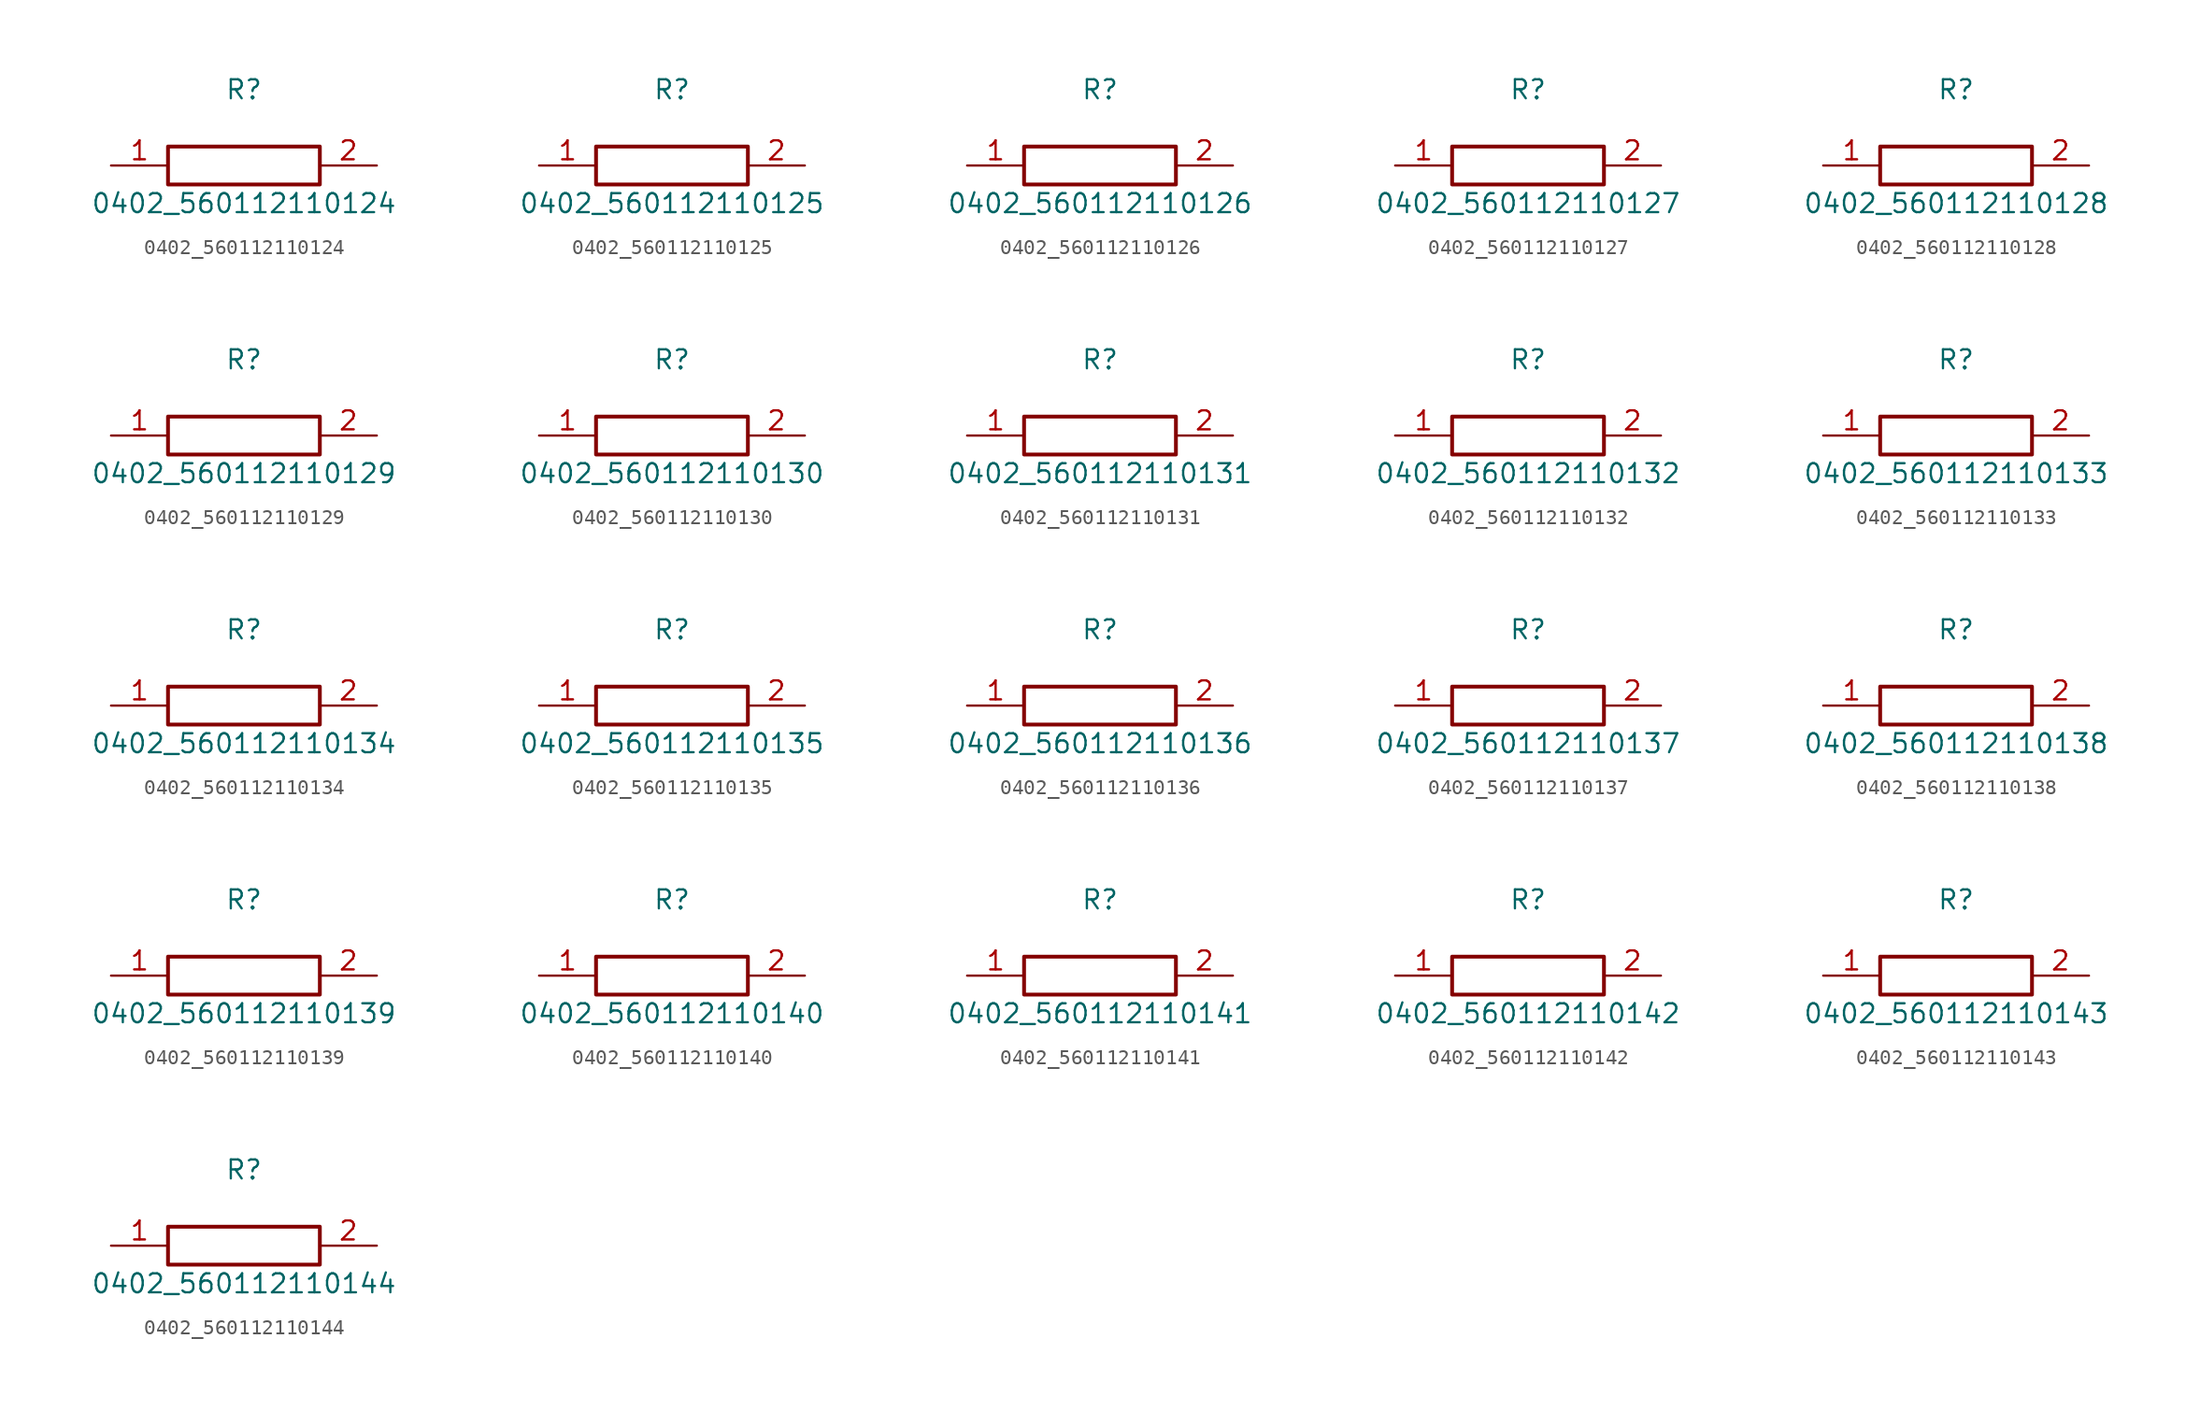
<source format=kicad_sym>
(kicad_symbol_lib
  (version 20211014)
  (generator kicad_symbol_editor)
  (symbol "Resistor_Wurth_WRIS-RSKS:0402_560112110124"
    (pin_names hide)
    (property "Reference" "R"
      (at 0 5.08 0)
      (effects (font (size 1.27 1.27))))
    (property "Value" "0402_560112110124"
      (at 0 -2.54 0)
      (effects (font (size 1.27 1.27))))
    (symbol "0402_560112110124_0_1"
      (rectangle (start -5.08 1.27) (end 5.08 -1.27) (stroke (width 0.254) (type solid)) (fill (type none)))
      (pin passive line (at -8.89 0 0) (length 3.81) (name "1" (effects (font (size 1.27 1.27)))) (number "1" (effects (font (size 1.27 1.27)))))
      (pin passive line (at 8.89 0 180) (length 3.81) (name "2" (effects (font (size 1.27 1.27)))) (number "2" (effects (font (size 1.27 1.27)))))))
  (symbol "Resistor_Wurth_WRIS-RSKS:0402_560112110125"
    (pin_names hide)
    (property "Reference" "R"
      (at 0 5.08 0)
      (effects (font (size 1.27 1.27))))
    (property "Value" "0402_560112110125"
      (at 0 -2.54 0)
      (effects (font (size 1.27 1.27))))
    (symbol "0402_560112110125_0_1"
      (rectangle (start -5.08 1.27) (end 5.08 -1.27) (stroke (width 0.254) (type solid)) (fill (type none)))
      (pin passive line (at -8.89 0 0) (length 3.81) (name "1" (effects (font (size 1.27 1.27)))) (number "1" (effects (font (size 1.27 1.27)))))
      (pin passive line (at 8.89 0 180) (length 3.81) (name "2" (effects (font (size 1.27 1.27)))) (number "2" (effects (font (size 1.27 1.27)))))))
  (symbol "Resistor_Wurth_WRIS-RSKS:0402_560112110126"
    (pin_names hide)
    (property "Reference" "R"
      (at 0 5.08 0)
      (effects (font (size 1.27 1.27))))
    (property "Value" "0402_560112110126"
      (at 0 -2.54 0)
      (effects (font (size 1.27 1.27))))
    (symbol "0402_560112110126_0_1"
      (rectangle (start -5.08 1.27) (end 5.08 -1.27) (stroke (width 0.254) (type solid)) (fill (type none)))
      (pin passive line (at -8.89 0 0) (length 3.81) (name "1" (effects (font (size 1.27 1.27)))) (number "1" (effects (font (size 1.27 1.27)))))
      (pin passive line (at 8.89 0 180) (length 3.81) (name "2" (effects (font (size 1.27 1.27)))) (number "2" (effects (font (size 1.27 1.27)))))))
  (symbol "Resistor_Wurth_WRIS-RSKS:0402_560112110127"
    (pin_names hide)
    (property "Reference" "R"
      (at 0 5.08 0)
      (effects (font (size 1.27 1.27))))
    (property "Value" "0402_560112110127"
      (at 0 -2.54 0)
      (effects (font (size 1.27 1.27))))
    (symbol "0402_560112110127_0_1"
      (rectangle (start -5.08 1.27) (end 5.08 -1.27) (stroke (width 0.254) (type solid)) (fill (type none)))
      (pin passive line (at -8.89 0 0) (length 3.81) (name "1" (effects (font (size 1.27 1.27)))) (number "1" (effects (font (size 1.27 1.27)))))
      (pin passive line (at 8.89 0 180) (length 3.81) (name "2" (effects (font (size 1.27 1.27)))) (number "2" (effects (font (size 1.27 1.27)))))))
  (symbol "Resistor_Wurth_WRIS-RSKS:0402_560112110128"
    (pin_names hide)
    (property "Reference" "R"
      (at 0 5.08 0)
      (effects (font (size 1.27 1.27))))
    (property "Value" "0402_560112110128"
      (at 0 -2.54 0)
      (effects (font (size 1.27 1.27))))
    (symbol "0402_560112110128_0_1"
      (rectangle (start -5.08 1.27) (end 5.08 -1.27) (stroke (width 0.254) (type solid)) (fill (type none)))
      (pin passive line (at -8.89 0 0) (length 3.81) (name "1" (effects (font (size 1.27 1.27)))) (number "1" (effects (font (size 1.27 1.27)))))
      (pin passive line (at 8.89 0 180) (length 3.81) (name "2" (effects (font (size 1.27 1.27)))) (number "2" (effects (font (size 1.27 1.27)))))))
  (symbol "Resistor_Wurth_WRIS-RSKS:0402_560112110129"
    (pin_names hide)
    (property "Reference" "R"
      (at 0 5.08 0)
      (effects (font (size 1.27 1.27))))
    (property "Value" "0402_560112110129"
      (at 0 -2.54 0)
      (effects (font (size 1.27 1.27))))
    (symbol "0402_560112110129_0_1"
      (rectangle (start -5.08 1.27) (end 5.08 -1.27) (stroke (width 0.254) (type solid)) (fill (type none)))
      (pin passive line (at -8.89 0 0) (length 3.81) (name "1" (effects (font (size 1.27 1.27)))) (number "1" (effects (font (size 1.27 1.27)))))
      (pin passive line (at 8.89 0 180) (length 3.81) (name "2" (effects (font (size 1.27 1.27)))) (number "2" (effects (font (size 1.27 1.27)))))))
  (symbol "Resistor_Wurth_WRIS-RSKS:0402_560112110130"
    (pin_names hide)
    (property "Reference" "R"
      (at 0 5.08 0)
      (effects (font (size 1.27 1.27))))
    (property "Value" "0402_560112110130"
      (at 0 -2.54 0)
      (effects (font (size 1.27 1.27))))
    (symbol "0402_560112110130_0_1"
      (rectangle (start -5.08 1.27) (end 5.08 -1.27) (stroke (width 0.254) (type solid)) (fill (type none)))
      (pin passive line (at -8.89 0 0) (length 3.81) (name "1" (effects (font (size 1.27 1.27)))) (number "1" (effects (font (size 1.27 1.27)))))
      (pin passive line (at 8.89 0 180) (length 3.81) (name "2" (effects (font (size 1.27 1.27)))) (number "2" (effects (font (size 1.27 1.27)))))))
  (symbol "Resistor_Wurth_WRIS-RSKS:0402_560112110131"
    (pin_names hide)
    (property "Reference" "R"
      (at 0 5.08 0)
      (effects (font (size 1.27 1.27))))
    (property "Value" "0402_560112110131"
      (at 0 -2.54 0)
      (effects (font (size 1.27 1.27))))
    (symbol "0402_560112110131_0_1"
      (rectangle (start -5.08 1.27) (end 5.08 -1.27) (stroke (width 0.254) (type solid)) (fill (type none)))
      (pin passive line (at -8.89 0 0) (length 3.81) (name "1" (effects (font (size 1.27 1.27)))) (number "1" (effects (font (size 1.27 1.27)))))
      (pin passive line (at 8.89 0 180) (length 3.81) (name "2" (effects (font (size 1.27 1.27)))) (number "2" (effects (font (size 1.27 1.27)))))))
  (symbol "Resistor_Wurth_WRIS-RSKS:0402_560112110132"
    (pin_names hide)
    (property "Reference" "R"
      (at 0 5.08 0)
      (effects (font (size 1.27 1.27))))
    (property "Value" "0402_560112110132"
      (at 0 -2.54 0)
      (effects (font (size 1.27 1.27))))
    (symbol "0402_560112110132_0_1"
      (rectangle (start -5.08 1.27) (end 5.08 -1.27) (stroke (width 0.254) (type solid)) (fill (type none)))
      (pin passive line (at -8.89 0 0) (length 3.81) (name "1" (effects (font (size 1.27 1.27)))) (number "1" (effects (font (size 1.27 1.27)))))
      (pin passive line (at 8.89 0 180) (length 3.81) (name "2" (effects (font (size 1.27 1.27)))) (number "2" (effects (font (size 1.27 1.27)))))))
  (symbol "Resistor_Wurth_WRIS-RSKS:0402_560112110133"
    (pin_names hide)
    (property "Reference" "R"
      (at 0 5.08 0)
      (effects (font (size 1.27 1.27))))
    (property "Value" "0402_560112110133"
      (at 0 -2.54 0)
      (effects (font (size 1.27 1.27))))
    (symbol "0402_560112110133_0_1"
      (rectangle (start -5.08 1.27) (end 5.08 -1.27) (stroke (width 0.254) (type solid)) (fill (type none)))
      (pin passive line (at -8.89 0 0) (length 3.81) (name "1" (effects (font (size 1.27 1.27)))) (number "1" (effects (font (size 1.27 1.27)))))
      (pin passive line (at 8.89 0 180) (length 3.81) (name "2" (effects (font (size 1.27 1.27)))) (number "2" (effects (font (size 1.27 1.27)))))))
  (symbol "Resistor_Wurth_WRIS-RSKS:0402_560112110134"
    (pin_names hide)
    (property "Reference" "R"
      (at 0 5.08 0)
      (effects (font (size 1.27 1.27))))
    (property "Value" "0402_560112110134"
      (at 0 -2.54 0)
      (effects (font (size 1.27 1.27))))
    (symbol "0402_560112110134_0_1"
      (rectangle (start -5.08 1.27) (end 5.08 -1.27) (stroke (width 0.254) (type solid)) (fill (type none)))
      (pin passive line (at -8.89 0 0) (length 3.81) (name "1" (effects (font (size 1.27 1.27)))) (number "1" (effects (font (size 1.27 1.27)))))
      (pin passive line (at 8.89 0 180) (length 3.81) (name "2" (effects (font (size 1.27 1.27)))) (number "2" (effects (font (size 1.27 1.27)))))))
  (symbol "Resistor_Wurth_WRIS-RSKS:0402_560112110135"
    (pin_names hide)
    (property "Reference" "R"
      (at 0 5.08 0)
      (effects (font (size 1.27 1.27))))
    (property "Value" "0402_560112110135"
      (at 0 -2.54 0)
      (effects (font (size 1.27 1.27))))
    (symbol "0402_560112110135_0_1"
      (rectangle (start -5.08 1.27) (end 5.08 -1.27) (stroke (width 0.254) (type solid)) (fill (type none)))
      (pin passive line (at -8.89 0 0) (length 3.81) (name "1" (effects (font (size 1.27 1.27)))) (number "1" (effects (font (size 1.27 1.27)))))
      (pin passive line (at 8.89 0 180) (length 3.81) (name "2" (effects (font (size 1.27 1.27)))) (number "2" (effects (font (size 1.27 1.27)))))))
  (symbol "Resistor_Wurth_WRIS-RSKS:0402_560112110136"
    (pin_names hide)
    (property "Reference" "R"
      (at 0 5.08 0)
      (effects (font (size 1.27 1.27))))
    (property "Value" "0402_560112110136"
      (at 0 -2.54 0)
      (effects (font (size 1.27 1.27))))
    (symbol "0402_560112110136_0_1"
      (rectangle (start -5.08 1.27) (end 5.08 -1.27) (stroke (width 0.254) (type solid)) (fill (type none)))
      (pin passive line (at -8.89 0 0) (length 3.81) (name "1" (effects (font (size 1.27 1.27)))) (number "1" (effects (font (size 1.27 1.27)))))
      (pin passive line (at 8.89 0 180) (length 3.81) (name "2" (effects (font (size 1.27 1.27)))) (number "2" (effects (font (size 1.27 1.27)))))))
  (symbol "Resistor_Wurth_WRIS-RSKS:0402_560112110137"
    (pin_names hide)
    (property "Reference" "R"
      (at 0 5.08 0)
      (effects (font (size 1.27 1.27))))
    (property "Value" "0402_560112110137"
      (at 0 -2.54 0)
      (effects (font (size 1.27 1.27))))
    (symbol "0402_560112110137_0_1"
      (rectangle (start -5.08 1.27) (end 5.08 -1.27) (stroke (width 0.254) (type solid)) (fill (type none)))
      (pin passive line (at -8.89 0 0) (length 3.81) (name "1" (effects (font (size 1.27 1.27)))) (number "1" (effects (font (size 1.27 1.27)))))
      (pin passive line (at 8.89 0 180) (length 3.81) (name "2" (effects (font (size 1.27 1.27)))) (number "2" (effects (font (size 1.27 1.27)))))))
  (symbol "Resistor_Wurth_WRIS-RSKS:0402_560112110138"
    (pin_names hide)
    (property "Reference" "R"
      (at 0 5.08 0)
      (effects (font (size 1.27 1.27))))
    (property "Value" "0402_560112110138"
      (at 0 -2.54 0)
      (effects (font (size 1.27 1.27))))
    (symbol "0402_560112110138_0_1"
      (rectangle (start -5.08 1.27) (end 5.08 -1.27) (stroke (width 0.254) (type solid)) (fill (type none)))
      (pin passive line (at -8.89 0 0) (length 3.81) (name "1" (effects (font (size 1.27 1.27)))) (number "1" (effects (font (size 1.27 1.27)))))
      (pin passive line (at 8.89 0 180) (length 3.81) (name "2" (effects (font (size 1.27 1.27)))) (number "2" (effects (font (size 1.27 1.27)))))))
  (symbol "Resistor_Wurth_WRIS-RSKS:0402_560112110139"
    (pin_names hide)
    (property "Reference" "R"
      (at 0 5.08 0)
      (effects (font (size 1.27 1.27))))
    (property "Value" "0402_560112110139"
      (at 0 -2.54 0)
      (effects (font (size 1.27 1.27))))
    (symbol "0402_560112110139_0_1"
      (rectangle (start -5.08 1.27) (end 5.08 -1.27) (stroke (width 0.254) (type solid)) (fill (type none)))
      (pin passive line (at -8.89 0 0) (length 3.81) (name "1" (effects (font (size 1.27 1.27)))) (number "1" (effects (font (size 1.27 1.27)))))
      (pin passive line (at 8.89 0 180) (length 3.81) (name "2" (effects (font (size 1.27 1.27)))) (number "2" (effects (font (size 1.27 1.27)))))))
  (symbol "Resistor_Wurth_WRIS-RSKS:0402_560112110140"
    (pin_names hide)
    (property "Reference" "R"
      (at 0 5.08 0)
      (effects (font (size 1.27 1.27))))
    (property "Value" "0402_560112110140"
      (at 0 -2.54 0)
      (effects (font (size 1.27 1.27))))
    (symbol "0402_560112110140_0_1"
      (rectangle (start -5.08 1.27) (end 5.08 -1.27) (stroke (width 0.254) (type solid)) (fill (type none)))
      (pin passive line (at -8.89 0 0) (length 3.81) (name "1" (effects (font (size 1.27 1.27)))) (number "1" (effects (font (size 1.27 1.27)))))
      (pin passive line (at 8.89 0 180) (length 3.81) (name "2" (effects (font (size 1.27 1.27)))) (number "2" (effects (font (size 1.27 1.27)))))))
  (symbol "Resistor_Wurth_WRIS-RSKS:0402_560112110141"
    (pin_names hide)
    (property "Reference" "R"
      (at 0 5.08 0)
      (effects (font (size 1.27 1.27))))
    (property "Value" "0402_560112110141"
      (at 0 -2.54 0)
      (effects (font (size 1.27 1.27))))
    (symbol "0402_560112110141_0_1"
      (rectangle (start -5.08 1.27) (end 5.08 -1.27) (stroke (width 0.254) (type solid)) (fill (type none)))
      (pin passive line (at -8.89 0 0) (length 3.81) (name "1" (effects (font (size 1.27 1.27)))) (number "1" (effects (font (size 1.27 1.27)))))
      (pin passive line (at 8.89 0 180) (length 3.81) (name "2" (effects (font (size 1.27 1.27)))) (number "2" (effects (font (size 1.27 1.27)))))))
  (symbol "Resistor_Wurth_WRIS-RSKS:0402_560112110142"
    (pin_names hide)
    (property "Reference" "R"
      (at 0 5.08 0)
      (effects (font (size 1.27 1.27))))
    (property "Value" "0402_560112110142"
      (at 0 -2.54 0)
      (effects (font (size 1.27 1.27))))
    (symbol "0402_560112110142_0_1"
      (rectangle (start -5.08 1.27) (end 5.08 -1.27) (stroke (width 0.254) (type solid)) (fill (type none)))
      (pin passive line (at -8.89 0 0) (length 3.81) (name "1" (effects (font (size 1.27 1.27)))) (number "1" (effects (font (size 1.27 1.27)))))
      (pin passive line (at 8.89 0 180) (length 3.81) (name "2" (effects (font (size 1.27 1.27)))) (number "2" (effects (font (size 1.27 1.27)))))))
  (symbol "Resistor_Wurth_WRIS-RSKS:0402_560112110143"
    (pin_names hide)
    (property "Reference" "R"
      (at 0 5.08 0)
      (effects (font (size 1.27 1.27))))
    (property "Value" "0402_560112110143"
      (at 0 -2.54 0)
      (effects (font (size 1.27 1.27))))
    (symbol "0402_560112110143_0_1"
      (rectangle (start -5.08 1.27) (end 5.08 -1.27) (stroke (width 0.254) (type solid)) (fill (type none)))
      (pin passive line (at -8.89 0 0) (length 3.81) (name "1" (effects (font (size 1.27 1.27)))) (number "1" (effects (font (size 1.27 1.27)))))
      (pin passive line (at 8.89 0 180) (length 3.81) (name "2" (effects (font (size 1.27 1.27)))) (number "2" (effects (font (size 1.27 1.27)))))))
  (symbol "Resistor_Wurth_WRIS-RSKS:0402_560112110144"
    (pin_names hide)
    (property "Reference" "R"
      (at 0 5.08 0)
      (effects (font (size 1.27 1.27))))
    (property "Value" "0402_560112110144"
      (at 0 -2.54 0)
      (effects (font (size 1.27 1.27))))
    (symbol "0402_560112110144_0_1"
      (rectangle (start -5.08 1.27) (end 5.08 -1.27) (stroke (width 0.254) (type solid)) (fill (type none)))
      (pin passive line (at -8.89 0 0) (length 3.81) (name "1" (effects (font (size 1.27 1.27)))) (number "1" (effects (font (size 1.27 1.27)))))
      (pin passive line (at 8.89 0 180) (length 3.81) (name "2" (effects (font (size 1.27 1.27)))) (number "2" (effects (font (size 1.27 1.27))))))))
</source>
